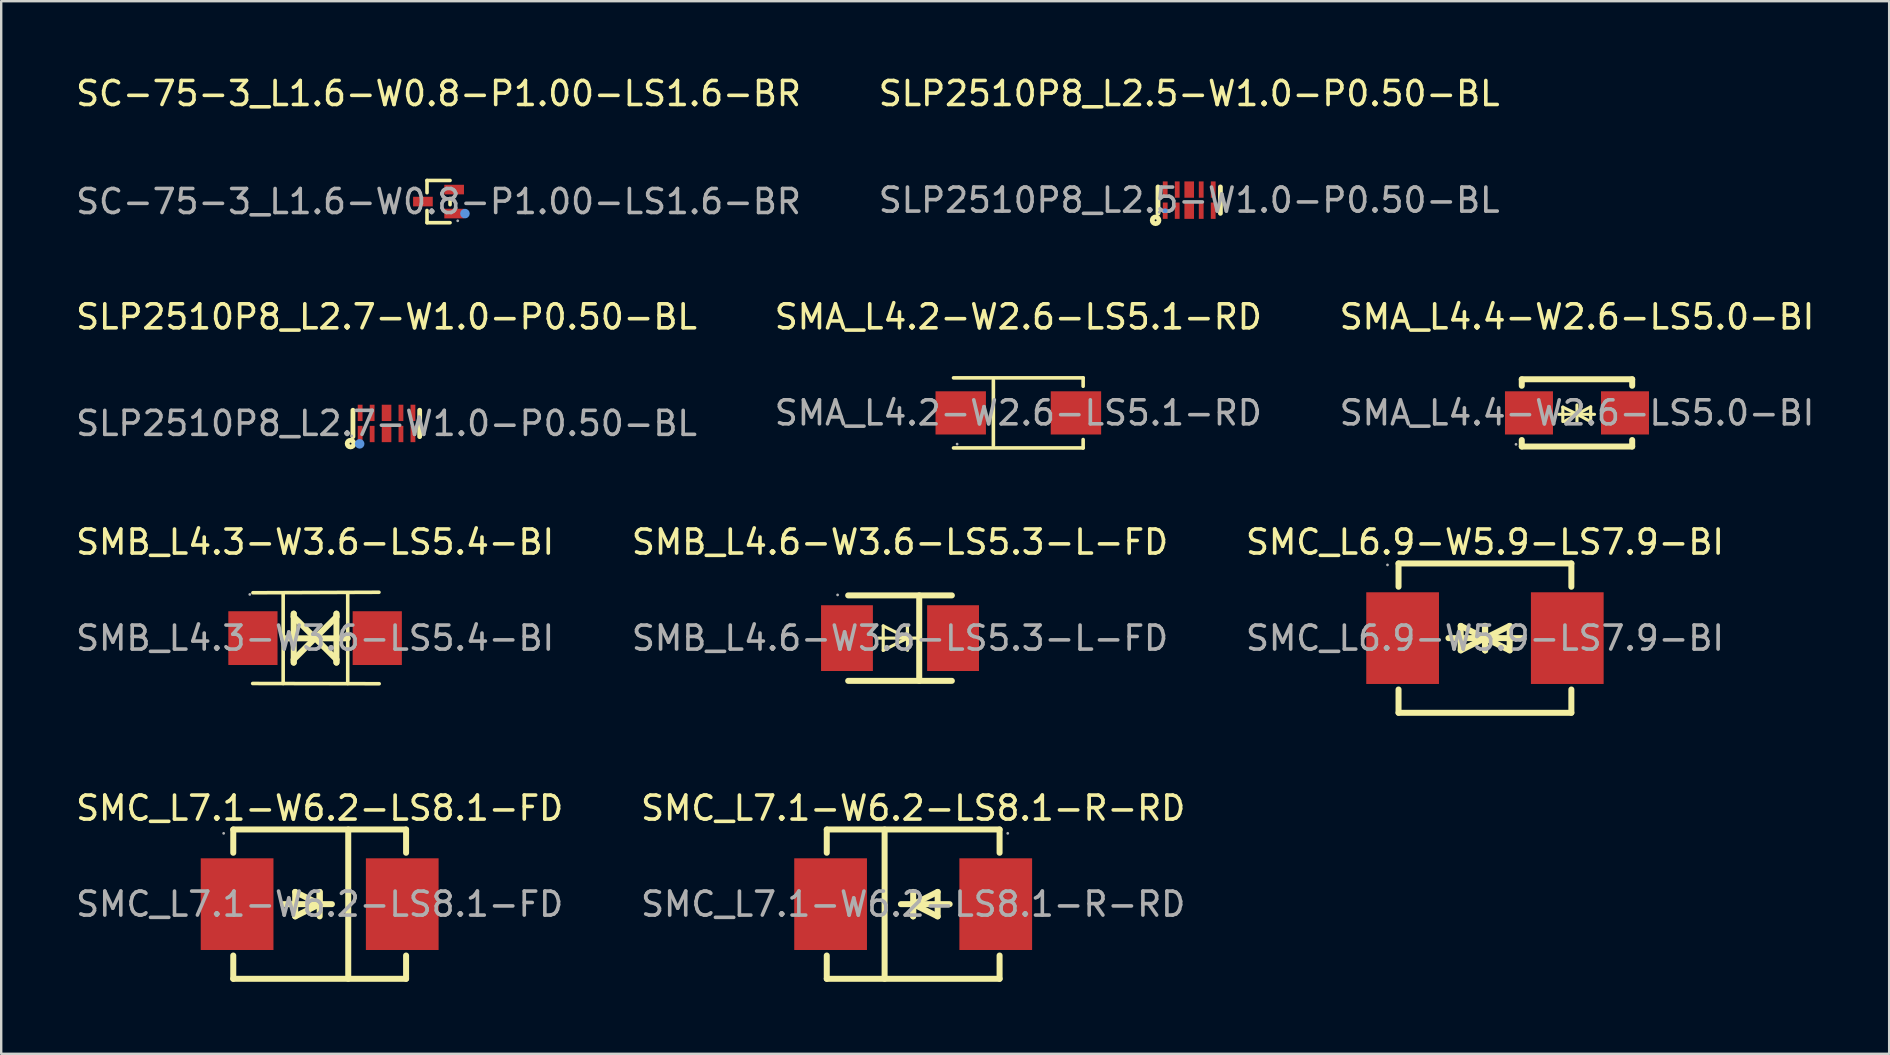
<source format=kicad_pcb>
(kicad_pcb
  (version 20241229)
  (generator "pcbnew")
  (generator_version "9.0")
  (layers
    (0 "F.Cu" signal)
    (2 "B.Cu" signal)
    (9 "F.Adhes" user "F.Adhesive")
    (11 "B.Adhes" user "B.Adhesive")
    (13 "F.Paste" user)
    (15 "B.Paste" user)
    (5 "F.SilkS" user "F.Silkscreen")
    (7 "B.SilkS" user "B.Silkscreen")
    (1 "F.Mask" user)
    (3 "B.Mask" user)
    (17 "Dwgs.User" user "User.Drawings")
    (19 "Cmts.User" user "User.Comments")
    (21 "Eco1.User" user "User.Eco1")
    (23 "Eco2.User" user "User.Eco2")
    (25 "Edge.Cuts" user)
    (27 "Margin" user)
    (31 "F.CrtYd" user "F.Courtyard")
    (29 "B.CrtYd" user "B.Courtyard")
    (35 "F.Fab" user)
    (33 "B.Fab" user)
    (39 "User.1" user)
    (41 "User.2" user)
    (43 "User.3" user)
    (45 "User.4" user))
  (footprint "SLP2510P8_L2.5-W1.0-P0.50-BL"
    (layer "F.Cu")
    (at 46.494 5.288)
    (property "Reference" "SLP2510P8_L2.5-W1.0-P0.50-BL" (at 0 -4.44 0) (layer "F.SilkS") (effects (font (size 1 1) (thickness 0.15))))
    (attr through_hole)
    (fp_line (start -1.3 -0.55) (end -1.3 0.55) (stroke (width 0.2) (type solid)) (layer "F.SilkS"))
    (fp_line (start 1.3 -0.55) (end 1.3 0.55) (stroke (width 0.2) (type solid)) (layer "F.SilkS"))
    (fp_circle (center -1.4 0.84) (end -1.36 0.84) (stroke (width 0.2) (type solid)) (fill no) (layer "F.SilkS"))
    (fp_circle (center -1 0.44) (end -0.95 0.44) (stroke (width 0.1) (type solid)) (fill no) (layer "Cmts.User"))
    (fp_circle (center -1.25 0.5) (end -1.22 0.5) (stroke (width 0.06) (type solid)) (fill no) (layer "F.Fab"))
    (fp_text user "${REFERENCE}" (at 0 0 0) (layer "F.Fab") (effects (font (size 1 1) (thickness 0.15))))
    (pad "1" smd rect (at -1 0.44) (size 0.2 0.68) (layers "F.Cu" "F.Mask" "F.Paste"))
    (pad "2" smd rect (at -0.5 0.44) (size 0.2 0.68) (layers "F.Cu" "F.Mask" "F.Paste"))
    (pad "3" smd rect (at 0 0.44) (size 0.4 0.68) (layers "F.Cu" "F.Mask" "F.Paste"))
    (pad "4" smd rect (at 0.5 0.44) (size 0.2 0.68) (layers "F.Cu" "F.Mask" "F.Paste"))
    (pad "5" smd rect (at 1 0.44) (size 0.2 0.68) (layers "F.Cu" "F.Mask" "F.Paste"))
    (pad "6" smd rect (at 1 -0.44) (size 0.2 0.68) (layers "F.Cu" "F.Mask" "F.Paste"))
    (pad "7" smd rect (at 0.5 -0.44) (size 0.2 0.68) (layers "F.Cu" "F.Mask" "F.Paste"))
    (pad "8" smd rect (at 0 -0.44) (size 0.4 0.68) (layers "F.Cu" "F.Mask" "F.Paste"))
    (pad "9" smd rect (at -0.5 -0.44) (size 0.2 0.68) (layers "F.Cu" "F.Mask" "F.Paste"))
    (pad "10" smd rect (at -1 -0.44) (size 0.2 0.68) (layers "F.Cu" "F.Mask" "F.Paste")))
  (footprint "SMC_L6.9-W5.9-LS7.9-BI"
    (layer "F.Cu")
    (at 58.815 23.535)
    (property "Reference" "SMC_L6.9-W5.9-LS7.9-BI" (at 0 -4 0) (layer "F.SilkS") (effects (font (size 1 1) (thickness 0.15))))
    (attr through_hole)
    (fp_line (start -3.6 -2.14) (end -3.6 -3.11) (stroke (width 0.25) (type solid)) (layer "F.SilkS"))
    (fp_line (start -3.6 3.11) (end -3.6 2.14) (stroke (width 0.25) (type solid)) (layer "F.SilkS"))
    (fp_line (start -1.52 0) (end 0.51 0) (stroke (width 0.25) (type solid)) (layer "F.SilkS"))
    (fp_line (start -1.01 -0.51) (end -1.01 0.51) (stroke (width 0.25) (type solid)) (layer "F.SilkS"))
    (fp_line (start -1.01 0.51) (end 0 0) (stroke (width 0.25) (type solid)) (layer "F.SilkS"))
    (fp_line (start 0 -0.51) (end 0 0.51) (stroke (width 0.25) (type solid)) (layer "F.SilkS"))
    (fp_line (start 0 0) (end -1.01 -0.51) (stroke (width 0.25) (type solid)) (layer "F.SilkS"))
    (fp_line (start 0 0) (end 0 -0.51) (stroke (width 0.25) (type solid)) (layer "F.SilkS"))
    (fp_line (start 0.01 0) (end 0.01 0.51) (stroke (width 0.25) (type solid)) (layer "F.SilkS"))
    (fp_line (start 0.01 0) (end 1.03 0.51) (stroke (width 0.25) (type solid)) (layer "F.SilkS"))
    (fp_line (start 0.01 0.51) (end 0.01 -0.51) (stroke (width 0.25) (type solid)) (layer "F.SilkS"))
    (fp_line (start 1.03 -0.51) (end 0.01 0) (stroke (width 0.25) (type solid)) (layer "F.SilkS"))
    (fp_line (start 1.03 0.51) (end 1.03 -0.51) (stroke (width 0.25) (type solid)) (layer "F.SilkS"))
    (fp_line (start 1.54 0) (end -0.5 0) (stroke (width 0.25) (type solid)) (layer "F.SilkS"))
    (fp_line (start 3.6 -3.11) (end -3.6 -3.11) (stroke (width 0.25) (type solid)) (layer "F.SilkS"))
    (fp_line (start 3.6 -2.14) (end 3.6 -3.11) (stroke (width 0.25) (type solid)) (layer "F.SilkS"))
    (fp_line (start 3.6 3.11) (end -3.6 3.11) (stroke (width 0.25) (type solid)) (layer "F.SilkS"))
    (fp_line (start 3.6 3.11) (end 3.6 2.14) (stroke (width 0.25) (type solid)) (layer "F.SilkS"))
    (fp_circle (center -4.06 -3.05) (end -4.03 -3.05) (stroke (width 0.06) (type solid)) (fill no) (layer "F.Fab"))
    (fp_text user "${REFERENCE}" (at 0 0 0) (layer "F.Fab") (effects (font (size 1 1) (thickness 0.15))))
    (pad "1" smd rect (at -3.43 0) (size 3.03 3.82) (layers "F.Cu" "F.Mask" "F.Paste"))
    (pad "2" smd rect (at 3.43 0) (size 3.03 3.82) (layers "F.Cu" "F.Mask" "F.Paste")))
  (footprint "SMA_L4.4-W2.6-LS5.0-BI"
    (layer "F.Cu")
    (at 62.649 14.152)
    (property "Reference" "SMA_L4.4-W2.6-LS5.0-BI" (at 0 -4 0) (layer "F.SilkS") (effects (font (size 1 1) (thickness 0.15))))
    (attr through_hole)
    (fp_line (start -2.3 -1.4) (end -2.3 -1.13) (stroke (width 0.25) (type solid)) (layer "F.SilkS"))
    (fp_line (start -2.3 -1.4) (end 2.3 -1.4) (stroke (width 0.25) (type solid)) (layer "F.SilkS"))
    (fp_line (start -2.3 1.13) (end -2.3 1.4) (stroke (width 0.25) (type solid)) (layer "F.SilkS"))
    (fp_line (start -2.3 1.4) (end 2.3 1.4) (stroke (width 0.25) (type solid)) (layer "F.SilkS"))
    (fp_line (start -0.76 0.06) (end 0.73 0.06) (stroke (width 0.13) (type solid)) (layer "F.SilkS"))
    (fp_line (start -0.59 -0.24) (end -0.59 0.36) (stroke (width 0.13) (type solid)) (layer "F.SilkS"))
    (fp_line (start -0.59 -0.24) (end 0 0.05) (stroke (width 0.13) (type solid)) (layer "F.SilkS"))
    (fp_line (start -0.53 0.36) (end 0 0.05) (stroke (width 0.13) (type solid)) (layer "F.SilkS"))
    (fp_line (start 0 0.05) (end 0 -0.33) (stroke (width 0.13) (type solid)) (layer "F.SilkS"))
    (fp_line (start 0 0.05) (end 0 0.43) (stroke (width 0.13) (type solid)) (layer "F.SilkS"))
    (fp_line (start 0.54 0.35) (end 0 0.05) (stroke (width 0.13) (type solid)) (layer "F.SilkS"))
    (fp_line (start 0.57 -0.25) (end 0 0.05) (stroke (width 0.13) (type solid)) (layer "F.SilkS"))
    (fp_line (start 0.57 -0.25) (end 0.57 0.35) (stroke (width 0.13) (type solid)) (layer "F.SilkS"))
    (fp_line (start 2.3 -1.4) (end 2.3 -1.13) (stroke (width 0.25) (type solid)) (layer "F.SilkS"))
    (fp_line (start 2.3 1.13) (end 2.3 1.4) (stroke (width 0.25) (type solid)) (layer "F.SilkS"))
    (fp_circle (center -2.54 1.31) (end -2.51 1.31) (stroke (width 0.06) (type solid)) (fill no) (layer "F.Fab"))
    (fp_text user "${REFERENCE}" (at 0 0 0) (layer "F.Fab") (effects (font (size 1 1) (thickness 0.15))))
    (pad "1" smd rect (at -2 0) (size 2 1.8) (layers "F.Cu" "F.Mask" "F.Paste"))
    (pad "2" smd rect (at 2 0) (size 2 1.8) (layers "F.Cu" "F.Mask" "F.Paste")))
  (footprint "SMA_L4.2-W2.6-LS5.1-RD"
    (layer "F.Cu")
    (at 39.375 14.152)
    (property "Reference" "SMA_L4.2-W2.6-LS5.1-RD" (at 0 -4 0) (layer "F.SilkS") (effects (font (size 1 1) (thickness 0.15))))
    (attr through_hole)
    (fp_line (start -2.7 -1.46) (end 2.7 -1.46) (stroke (width 0.15) (type solid)) (layer "F.SilkS"))
    (fp_line (start -2.7 1.46) (end 2.7 1.46) (stroke (width 0.15) (type solid)) (layer "F.SilkS"))
    (fp_line (start -1.04 -1.36) (end -1.04 1.36) (stroke (width 0.15) (type solid)) (layer "F.SilkS"))
    (fp_line (start 2.7 -1.46) (end 2.7 -1.11) (stroke (width 0.15) (type solid)) (layer "F.SilkS"))
    (fp_line (start 2.7 1.46) (end 2.7 1.11) (stroke (width 0.15) (type solid)) (layer "F.SilkS"))
    (fp_circle (center -2.55 1.3) (end -2.52 1.3) (stroke (width 0.06) (type solid)) (fill no) (layer "F.Fab"))
    (fp_text user "${REFERENCE}" (at 0 0 0) (layer "F.Fab") (effects (font (size 1 1) (thickness 0.15))))
    (pad "1" smd rect (at -2.4 0) (size 2.1 1.8) (layers "F.Cu" "F.Mask" "F.Paste"))
    (pad "2" smd rect (at 2.4 0) (size 2.1 1.8) (layers "F.Cu" "F.Mask" "F.Paste")))
  (footprint "SC-75-3_L1.6-W0.8-P1.00-LS1.6-BR"
    (layer "F.Cu")
    (at 15.22 5.348)
    (property "Reference" "SC-75-3_L1.6-W0.8-P1.00-LS1.6-BR" (at 0 -4.5 0) (layer "F.SilkS") (effects (font (size 1 1) (thickness 0.15))))
    (attr through_hole)
    (fp_line (start -0.48 -0.88) (end -0.48 -0.37) (stroke (width 0.15) (type solid)) (layer "F.SilkS"))
    (fp_line (start -0.48 0.88) (end -0.48 0.37) (stroke (width 0.15) (type solid)) (layer "F.SilkS"))
    (fp_line (start 0.48 -0.88) (end -0.48 -0.88) (stroke (width 0.15) (type solid)) (layer "F.SilkS"))
    (fp_line (start 0.48 -0.13) (end 0.48 0.13) (stroke (width 0.15) (type solid)) (layer "F.SilkS"))
    (fp_line (start 0.48 0.88) (end -0.48 0.88) (stroke (width 0.15) (type solid)) (layer "F.SilkS"))
    (fp_circle (center 1.1 0.5) (end 1.2 0.5) (stroke (width 0.2) (type solid)) (fill no) (layer "Cmts.User"))
    (fp_circle (center 0.8 0.8) (end 0.83 0.8) (stroke (width 0.06) (type solid)) (fill no) (layer "F.Fab"))
    (fp_text user "${REFERENCE}" (at 0 0 0) (layer "F.Fab") (effects (font (size 1 1) (thickness 0.15))))
    (pad "1" smd rect (at 0.65 0.5) (size 0.82 0.4) (layers "F.Cu" "F.Mask" "F.Paste"))
    (pad "2" smd rect (at 0.65 -0.5) (size 0.82 0.4) (layers "F.Cu" "F.Mask" "F.Paste"))
    (pad "3" smd rect (at -0.65 0) (size 0.82 0.4) (layers "F.Cu" "F.Mask" "F.Paste")))
  (footprint "SLP2510P8_L2.7-W1.0-P0.50-BL"
    (layer "F.Cu")
    (at 13.054 14.591)
    (property "Reference" "SLP2510P8_L2.7-W1.0-P0.50-BL" (at 0 -4.44 0) (layer "F.SilkS") (effects (font (size 1 1) (thickness 0.15))))
    (attr through_hole)
    (fp_line (start -1.4 -0.55) (end -1.4 0.55) (stroke (width 0.2) (type solid)) (layer "F.SilkS"))
    (fp_line (start 1.38 -0.55) (end 1.38 0.55) (stroke (width 0.2) (type solid)) (layer "F.SilkS"))
    (fp_circle (center -1.5 0.84) (end -1.46 0.84) (stroke (width 0.2) (type solid)) (fill no) (layer "F.SilkS"))
    (fp_circle (center -1.12 0.85) (end -1.02 0.85) (stroke (width 0.2) (type solid)) (fill no) (layer "Cmts.User"))
    (fp_circle (center -1.45 0.52) (end -1.42 0.52) (stroke (width 0.06) (type solid)) (fill no) (layer "F.Fab"))
    (fp_text user "${REFERENCE}" (at 0 0 0) (layer "F.Fab") (effects (font (size 1 1) (thickness 0.15))))
    (pad "1" smd rect (at -1.1 0.44) (size 0.2 0.68) (layers "F.Cu" "F.Mask" "F.Paste"))
    (pad "2" smd rect (at -0.6 0.44) (size 0.2 0.68) (layers "F.Cu" "F.Mask" "F.Paste"))
    (pad "3" smd rect (at 0 0.44) (size 0.4 0.68) (layers "F.Cu" "F.Mask" "F.Paste"))
    (pad "4" smd rect (at 0.6 0.44) (size 0.2 0.68) (layers "F.Cu" "F.Mask" "F.Paste"))
    (pad "5" smd rect (at 1.1 0.44) (size 0.2 0.68) (layers "F.Cu" "F.Mask" "F.Paste"))
    (pad "6" smd rect (at 1.1 -0.44) (size 0.2 0.68) (layers "F.Cu" "F.Mask" "F.Paste"))
    (pad "7" smd rect (at 0.6 -0.44) (size 0.2 0.68) (layers "F.Cu" "F.Mask" "F.Paste"))
    (pad "8" smd rect (at 0 -0.44) (size 0.4 0.68) (layers "F.Cu" "F.Mask" "F.Paste"))
    (pad "9" smd rect (at -0.6 -0.44) (size 0.2 0.68) (layers "F.Cu" "F.Mask" "F.Paste"))
    (pad "10" smd rect (at -1.1 -0.44) (size 0.2 0.68) (layers "F.Cu" "F.Mask" "F.Paste")))
  (footprint "SMB_L4.3-W3.6-LS5.4-BI"
    (layer "F.Cu")
    (at 10.077 23.535)
    (property "Reference" "SMB_L4.3-W3.6-LS5.4-BI" (at 0 -4 0) (layer "F.SilkS") (effects (font (size 1 1) (thickness 0.15))))
    (attr through_hole)
    (fp_line (start -1.33 0.01) (end 1.36 0.01) (stroke (width 0.25) (type solid)) (layer "F.SilkS"))
    (fp_line (start -1.33 1.89) (end -1.33 -1.89) (stroke (width 0.15) (type solid)) (layer "F.SilkS"))
    (fp_line (start -0.89 -1.02) (end -0.89 1.02) (stroke (width 0.25) (type solid)) (layer "F.SilkS"))
    (fp_line (start -0.89 -0.89) (end -0.89 -1.02) (stroke (width 0.25) (type solid)) (layer "F.SilkS"))
    (fp_line (start -0.89 0.89) (end 0 0) (stroke (width 0.25) (type solid)) (layer "F.SilkS"))
    (fp_line (start -0.89 1.02) (end -0.89 0.89) (stroke (width 0.25) (type solid)) (layer "F.SilkS"))
    (fp_line (start 0 0) (end -0.89 -0.89) (stroke (width 0.25) (type solid)) (layer "F.SilkS"))
    (fp_line (start 0 0) (end 0.89 0.89) (stroke (width 0.25) (type solid)) (layer "F.SilkS"))
    (fp_line (start 0.89 -1.02) (end 0.89 -0.89) (stroke (width 0.25) (type solid)) (layer "F.SilkS"))
    (fp_line (start 0.89 -0.89) (end 0 0) (stroke (width 0.25) (type solid)) (layer "F.SilkS"))
    (fp_line (start 0.89 0.89) (end 0.89 1.02) (stroke (width 0.25) (type solid)) (layer "F.SilkS"))
    (fp_line (start 0.89 1.02) (end 0.89 -1.02) (stroke (width 0.25) (type solid)) (layer "F.SilkS"))
    (fp_line (start 1.36 1.89) (end 1.36 -1.89) (stroke (width 0.15) (type solid)) (layer "F.SilkS"))
    (fp_line (start 2.66 -1.91) (end -2.59 -1.89) (stroke (width 0.15) (type solid)) (layer "F.SilkS"))
    (fp_line (start 2.67 1.9) (end -2.6 1.89) (stroke (width 0.15) (type solid)) (layer "F.SilkS"))
    (fp_circle (center -2.72 -1.82) (end -2.69 -1.82) (stroke (width 0.06) (type solid)) (fill no) (layer "F.Fab"))
    (fp_text user "${REFERENCE}" (at 0 0 0) (layer "F.Fab") (effects (font (size 1 1) (thickness 0.15))))
    (pad "1" smd rect (at -2.59 0) (size 2.05 2.24) (layers "F.Cu" "F.Mask" "F.Paste"))
    (pad "2" smd rect (at 2.59 0) (size 2.05 2.24) (layers "F.Cu" "F.Mask" "F.Paste")))
  (footprint "SMC_L7.1-W6.2-LS8.1-R-RD"
    (layer "F.Cu")
    (at 34.994 34.618)
    (property "Reference" "SMC_L7.1-W6.2-LS8.1-R-RD" (at 0 -4 0) (layer "F.SilkS") (effects (font (size 1 1) (thickness 0.15))))
    (attr through_hole)
    (fp_line (start -3.6 -3.11) (end -3.6 -2.14) (stroke (width 0.25) (type solid)) (layer "F.SilkS"))
    (fp_line (start -3.6 -3.11) (end 3.6 -3.11) (stroke (width 0.25) (type solid)) (layer "F.SilkS"))
    (fp_line (start -3.6 2.14) (end -3.6 3.11) (stroke (width 0.25) (type solid)) (layer "F.SilkS"))
    (fp_line (start -3.6 3.11) (end 3.6 3.11) (stroke (width 0.25) (type solid)) (layer "F.SilkS"))
    (fp_line (start -1.19 -3.11) (end -1.19 3.11) (stroke (width 0.25) (type solid)) (layer "F.SilkS"))
    (fp_line (start 0 0) (end 0 0.51) (stroke (width 0.25) (type solid)) (layer "F.SilkS"))
    (fp_line (start 0 0) (end 1.02 0.51) (stroke (width 0.25) (type solid)) (layer "F.SilkS"))
    (fp_line (start 0 0.51) (end 0 -0.51) (stroke (width 0.25) (type solid)) (layer "F.SilkS"))
    (fp_line (start 1.02 -0.51) (end 0 0) (stroke (width 0.25) (type solid)) (layer "F.SilkS"))
    (fp_line (start 1.02 0.51) (end 1.02 -0.51) (stroke (width 0.25) (type solid)) (layer "F.SilkS"))
    (fp_line (start 1.52 0) (end -0.51 0) (stroke (width 0.25) (type solid)) (layer "F.SilkS"))
    (fp_line (start 3.6 -3.11) (end 3.6 -2.14) (stroke (width 0.25) (type solid)) (layer "F.SilkS"))
    (fp_line (start 3.6 2.14) (end 3.6 3.11) (stroke (width 0.25) (type solid)) (layer "F.SilkS"))
    (fp_circle (center 3.94 -2.95) (end 3.97 -2.95) (stroke (width 0.06) (type solid)) (fill no) (layer "F.Fab"))
    (fp_text user "${REFERENCE}" (at 0 0 0) (layer "F.Fab") (effects (font (size 1 1) (thickness 0.15))))
    (pad "1" smd rect (at 3.44 0 180) (size 3.03 3.82) (layers "F.Cu" "F.Mask" "F.Paste"))
    (pad "2" smd rect (at -3.44 0 180) (size 3.03 3.82) (layers "F.Cu" "F.Mask" "F.Paste")))
  (footprint "SMC_L7.1-W6.2-LS8.1-FD"
    (layer "F.Cu")
    (at 10.268 34.618)
    (property "Reference" "SMC_L7.1-W6.2-LS8.1-FD" (at 0 -4 0) (layer "F.SilkS") (effects (font (size 1 1) (thickness 0.15))))
    (attr through_hole)
    (fp_line (start -3.6 -2.14) (end -3.6 -3.11) (stroke (width 0.25) (type solid)) (layer "F.SilkS"))
    (fp_line (start -3.6 3.11) (end -3.6 2.14) (stroke (width 0.25) (type solid)) (layer "F.SilkS"))
    (fp_line (start -1.52 0) (end 0.51 0) (stroke (width 0.25) (type solid)) (layer "F.SilkS"))
    (fp_line (start -1.02 -0.51) (end -1.02 0.51) (stroke (width 0.25) (type solid)) (layer "F.SilkS"))
    (fp_line (start -1.02 0.51) (end 0 0) (stroke (width 0.25) (type solid)) (layer "F.SilkS"))
    (fp_line (start 0 -0.51) (end 0 0.51) (stroke (width 0.25) (type solid)) (layer "F.SilkS"))
    (fp_line (start 0 0) (end -1.02 -0.51) (stroke (width 0.25) (type solid)) (layer "F.SilkS"))
    (fp_line (start 0 0) (end 0 -0.51) (stroke (width 0.25) (type solid)) (layer "F.SilkS"))
    (fp_line (start 1.19 3.11) (end 1.19 -3.11) (stroke (width 0.25) (type solid)) (layer "F.SilkS"))
    (fp_line (start 3.6 -3.11) (end -3.6 -3.11) (stroke (width 0.25) (type solid)) (layer "F.SilkS"))
    (fp_line (start 3.6 -2.14) (end 3.6 -3.11) (stroke (width 0.25) (type solid)) (layer "F.SilkS"))
    (fp_line (start 3.6 3.11) (end -3.6 3.11) (stroke (width 0.25) (type solid)) (layer "F.SilkS"))
    (fp_line (start 3.6 3.11) (end 3.6 2.14) (stroke (width 0.25) (type solid)) (layer "F.SilkS"))
    (fp_circle (center -4 -2.95) (end -3.97 -2.95) (stroke (width 0.06) (type solid)) (fill no) (layer "F.Fab"))
    (fp_text user "${REFERENCE}" (at 0 0 0) (layer "F.Fab") (effects (font (size 1 1) (thickness 0.15))))
    (pad "1" smd rect (at -3.44 0) (size 3.03 3.82) (layers "F.Cu" "F.Mask" "F.Paste"))
    (pad "2" smd rect (at 3.44 0) (size 3.03 3.82) (layers "F.Cu" "F.Mask" "F.Paste")))
  (footprint "SMB_L4.6-W3.6-LS5.3-L-FD"
    (layer "F.Cu")
    (at 34.446 23.535)
    (property "Reference" "SMB_L4.6-W3.6-LS5.3-L-FD" (at 0 -4 0) (layer "F.SilkS") (effects (font (size 1 1) (thickness 0.15))))
    (attr through_hole)
    (fp_line (start -2.16 -1.78) (end 2.16 -1.78) (stroke (width 0.25) (type solid)) (layer "F.SilkS"))
    (fp_line (start -0.9 0) (end 0.82 0) (stroke (width 0.13) (type solid)) (layer "F.SilkS"))
    (fp_line (start -0.7 -0.51) (end -0.7 0.51) (stroke (width 0.13) (type solid)) (layer "F.SilkS"))
    (fp_line (start -0.7 0.51) (end 0.31 0) (stroke (width 0.13) (type solid)) (layer "F.SilkS"))
    (fp_line (start 0.31 -0.51) (end 0.31 0.51) (stroke (width 0.13) (type solid)) (layer "F.SilkS"))
    (fp_line (start 0.31 0) (end -0.7 -0.51) (stroke (width 0.13) (type solid)) (layer "F.SilkS"))
    (fp_line (start 0.31 0) (end 0.31 -0.51) (stroke (width 0.13) (type solid)) (layer "F.SilkS"))
    (fp_line (start 0.8 -1.78) (end 0.8 1.78) (stroke (width 0.25) (type solid)) (layer "F.SilkS"))
    (fp_line (start 2.16 1.78) (end -2.16 1.78) (stroke (width 0.25) (type solid)) (layer "F.SilkS"))
    (fp_circle (center -2.6 -1.8) (end -2.57 -1.8) (stroke (width 0.06) (type solid)) (fill no) (layer "F.Fab"))
    (fp_text user "${REFERENCE}" (at 0 0 0) (layer "F.Fab") (effects (font (size 1 1) (thickness 0.15))))
    (pad "1" smd rect (at -2.21 0) (size 2.16 2.74) (layers "F.Cu" "F.Mask" "F.Paste"))
    (pad "2" smd rect (at 2.21 0) (size 2.16 2.74) (layers "F.Cu" "F.Mask" "F.Paste")))
  (gr_rect
    (start -3 -3)
    (end 75.655 40.853)
    (stroke (width 0.1) (type default))
    (fill no)
    (layer "Edge.Cuts")))
</source>
